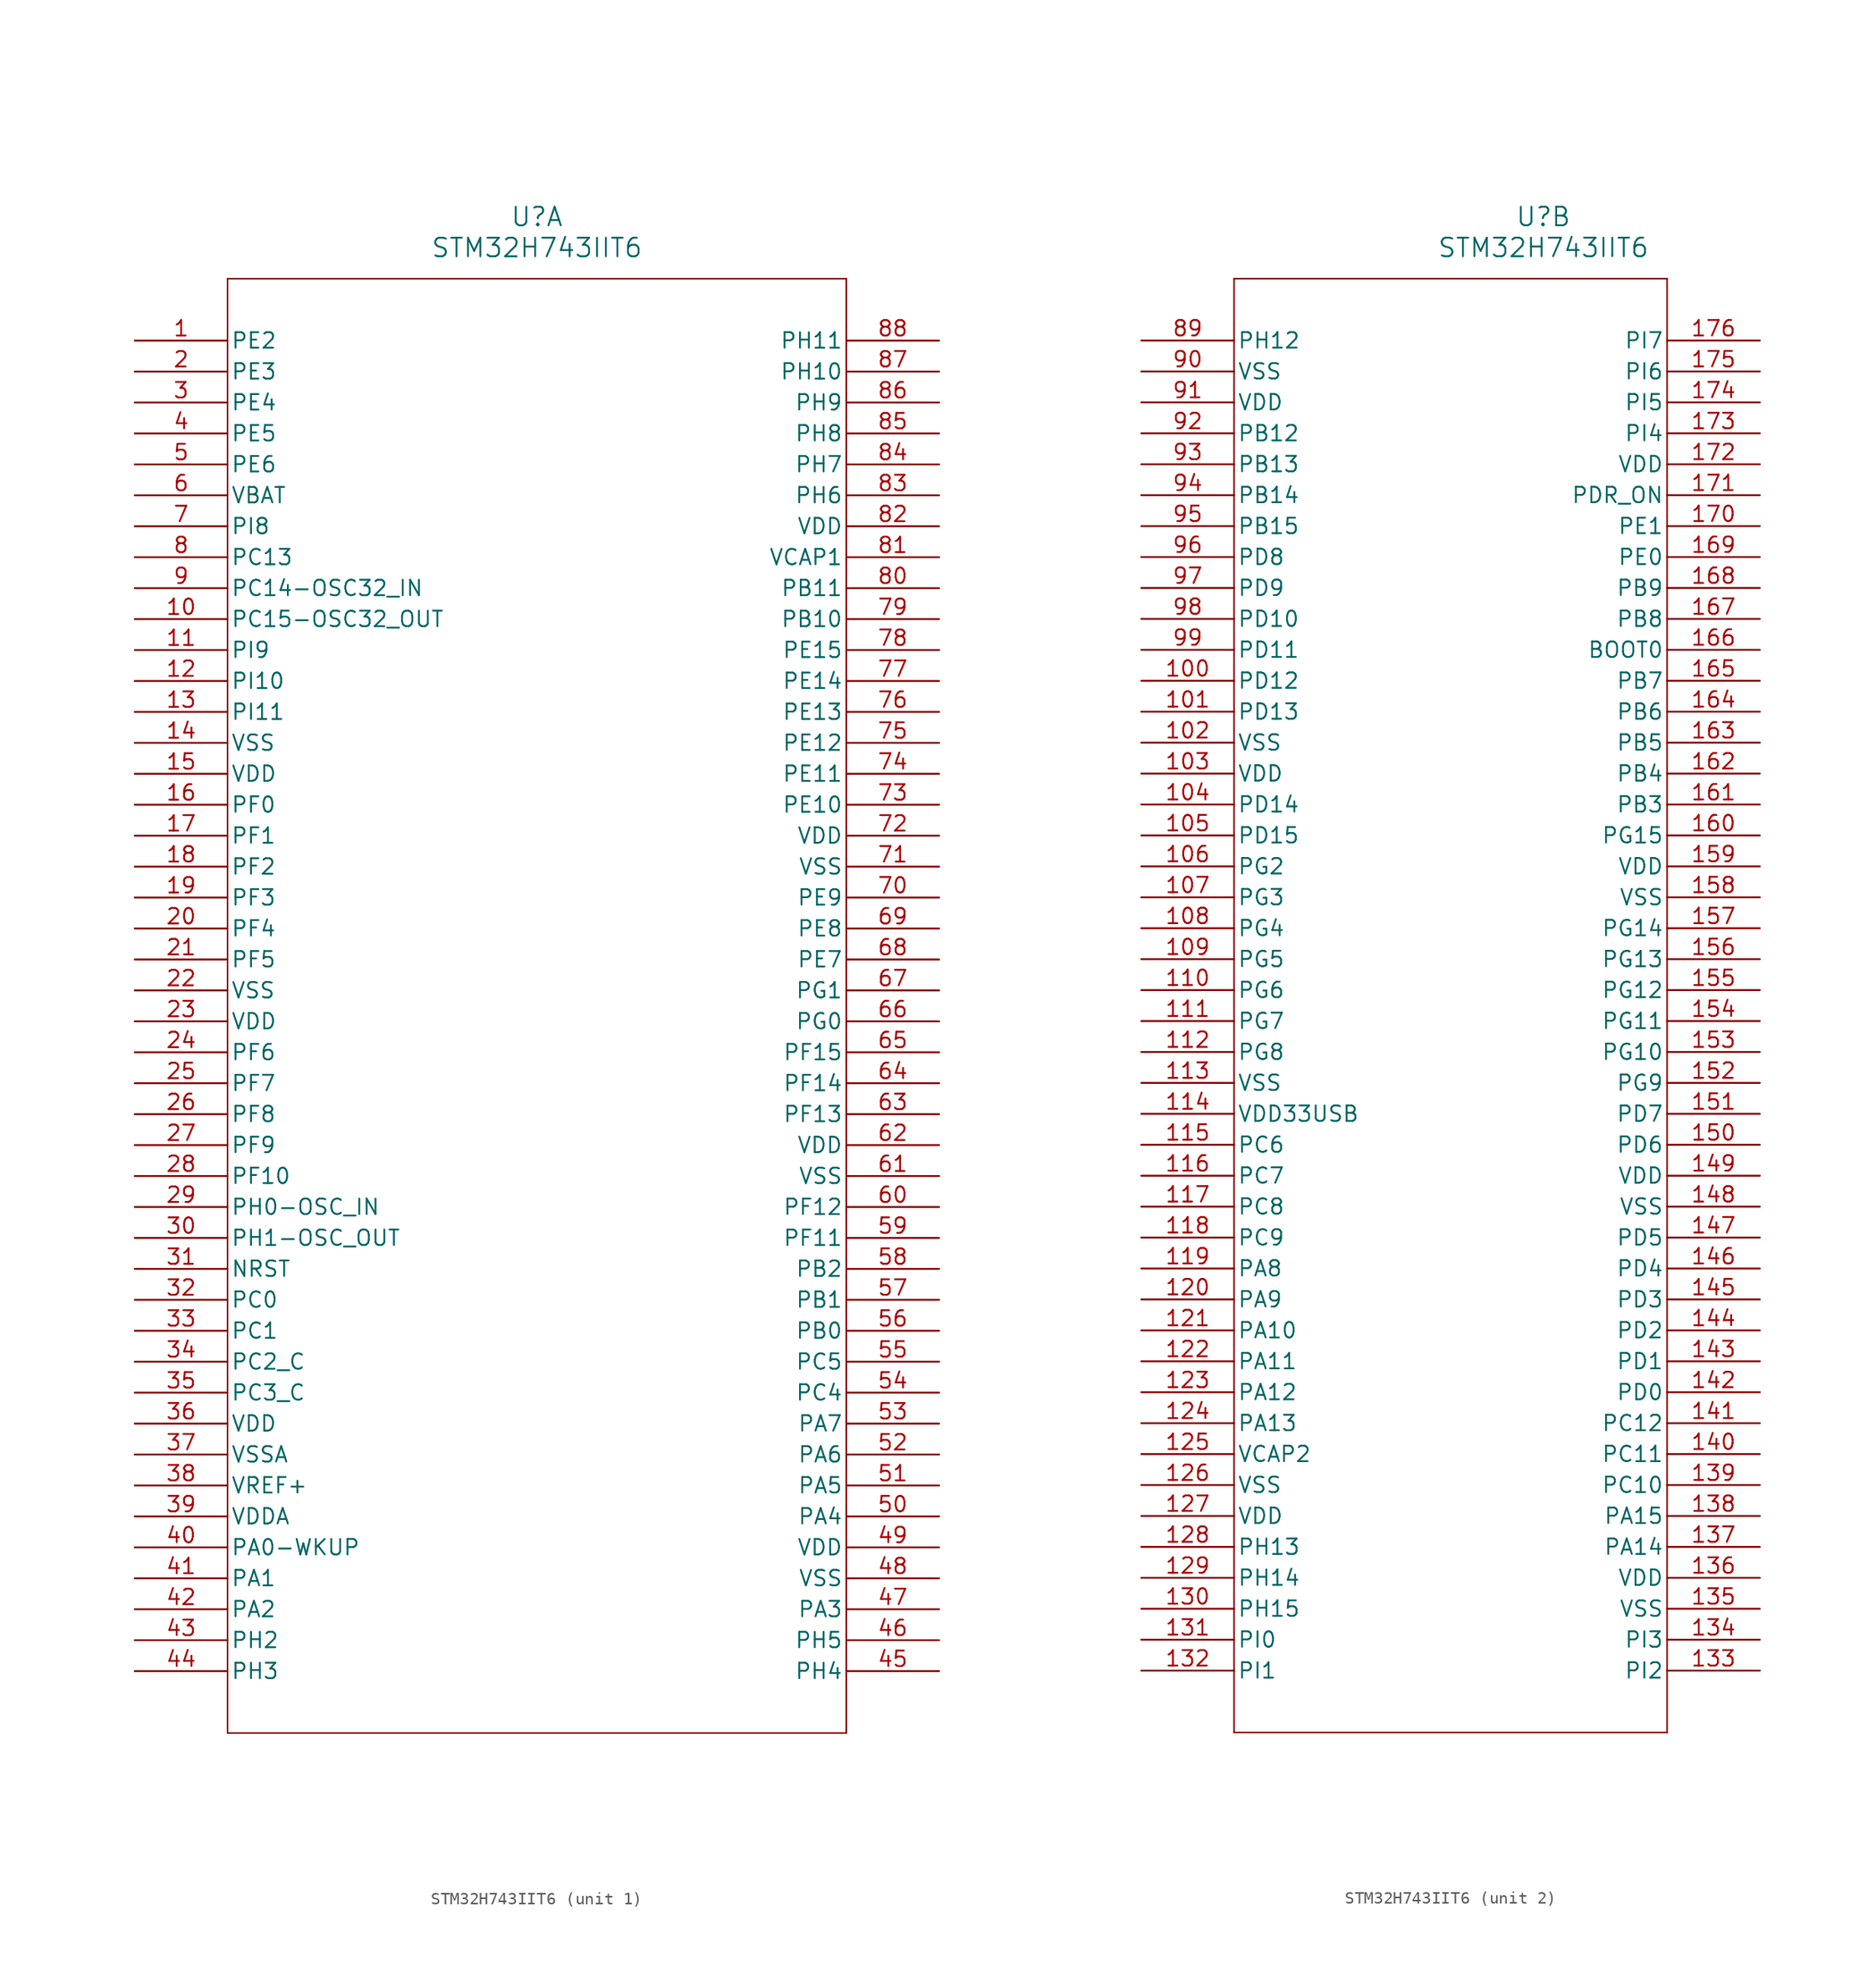
<source format=kicad_sym>
(kicad_symbol_lib
  (version 20211014)
  (generator kicad_symbol_editor)
  (symbol "STM32H743IIT6"
    (pin_names
      (offset 0.254))
    (property "Reference" "U"
      (at 33.02 10.16 0)
      (effects (font (size 1.524 1.524))))
    (property "Value" "STM32H743IIT6"
      (at 33.02 7.62 0)
      (effects (font (size 1.524 1.524))))
    (symbol "STM32H743IIT6_1_1"
      (polyline (pts (xy 7.62 5.08) (xy 7.62 -114.3)) (stroke (width 0.127) (type default) (color 0 0 0 0)) (fill (type none)))
      (polyline (pts (xy 7.62 -114.3) (xy 58.42 -114.3)) (stroke (width 0.127) (type default) (color 0 0 0 0)) (fill (type none)))
      (polyline (pts (xy 58.42 -114.3) (xy 58.42 5.08)) (stroke (width 0.127) (type default) (color 0 0 0 0)) (fill (type none)))
      (polyline (pts (xy 58.42 5.08) (xy 7.62 5.08)) (stroke (width 0.127) (type default) (color 0 0 0 0)) (fill (type none)))
      (pin bidirectional line (at 0 0 0) (length 7.62) (name "PE2" (effects (font (size 1.27 1.27)))) (number "1" (effects (font (size 1.27 1.27)))))
      (pin bidirectional line (at 0 -2.54 0) (length 7.62) (name "PE3" (effects (font (size 1.27 1.27)))) (number "2" (effects (font (size 1.27 1.27)))))
      (pin bidirectional line (at 0 -5.08 0) (length 7.62) (name "PE4" (effects (font (size 1.27 1.27)))) (number "3" (effects (font (size 1.27 1.27)))))
      (pin bidirectional line (at 0 -7.62 0) (length 7.62) (name "PE5" (effects (font (size 1.27 1.27)))) (number "4" (effects (font (size 1.27 1.27)))))
      (pin bidirectional line (at 0 -10.16 0) (length 7.62) (name "PE6" (effects (font (size 1.27 1.27)))) (number "5" (effects (font (size 1.27 1.27)))))
      (pin power_in line (at 0 -12.7 0) (length 7.62) (name "VBAT" (effects (font (size 1.27 1.27)))) (number "6" (effects (font (size 1.27 1.27)))))
      (pin bidirectional line (at 0 -15.24 0) (length 7.62) (name "PI8" (effects (font (size 1.27 1.27)))) (number "7" (effects (font (size 1.27 1.27)))))
      (pin bidirectional line (at 0 -17.78 0) (length 7.62) (name "PC13" (effects (font (size 1.27 1.27)))) (number "8" (effects (font (size 1.27 1.27)))))
      (pin bidirectional line (at 0 -20.32 0) (length 7.62) (name "PC14-OSC32_IN" (effects (font (size 1.27 1.27)))) (number "9" (effects (font (size 1.27 1.27)))))
      (pin bidirectional line (at 0 -22.86 0) (length 7.62) (name "PC15-OSC32_OUT" (effects (font (size 1.27 1.27)))) (number "10" (effects (font (size 1.27 1.27)))))
      (pin bidirectional line (at 0 -25.4 0) (length 7.62) (name "PI9" (effects (font (size 1.27 1.27)))) (number "11" (effects (font (size 1.27 1.27)))))
      (pin bidirectional line (at 0 -27.94 0) (length 7.62) (name "PI10" (effects (font (size 1.27 1.27)))) (number "12" (effects (font (size 1.27 1.27)))))
      (pin bidirectional line (at 0 -30.48 0) (length 7.62) (name "PI11" (effects (font (size 1.27 1.27)))) (number "13" (effects (font (size 1.27 1.27)))))
      (pin power_in line (at 0 -33.02 0) (length 7.62) (name "VSS" (effects (font (size 1.27 1.27)))) (number "14" (effects (font (size 1.27 1.27)))))
      (pin power_in line (at 0 -35.56 0) (length 7.62) (name "VDD" (effects (font (size 1.27 1.27)))) (number "15" (effects (font (size 1.27 1.27)))))
      (pin bidirectional line (at 0 -38.1 0) (length 7.62) (name "PF0" (effects (font (size 1.27 1.27)))) (number "16" (effects (font (size 1.27 1.27)))))
      (pin bidirectional line (at 0 -40.64 0) (length 7.62) (name "PF1" (effects (font (size 1.27 1.27)))) (number "17" (effects (font (size 1.27 1.27)))))
      (pin bidirectional line (at 0 -43.18 0) (length 7.62) (name "PF2" (effects (font (size 1.27 1.27)))) (number "18" (effects (font (size 1.27 1.27)))))
      (pin bidirectional line (at 0 -45.72 0) (length 7.62) (name "PF3" (effects (font (size 1.27 1.27)))) (number "19" (effects (font (size 1.27 1.27)))))
      (pin bidirectional line (at 0 -48.26 0) (length 7.62) (name "PF4" (effects (font (size 1.27 1.27)))) (number "20" (effects (font (size 1.27 1.27)))))
      (pin bidirectional line (at 0 -50.8 0) (length 7.62) (name "PF5" (effects (font (size 1.27 1.27)))) (number "21" (effects (font (size 1.27 1.27)))))
      (pin power_in line (at 0 -53.34 0) (length 7.62) (name "VSS" (effects (font (size 1.27 1.27)))) (number "22" (effects (font (size 1.27 1.27)))))
      (pin power_in line (at 0 -55.88 0) (length 7.62) (name "VDD" (effects (font (size 1.27 1.27)))) (number "23" (effects (font (size 1.27 1.27)))))
      (pin bidirectional line (at 0 -58.42 0) (length 7.62) (name "PF6" (effects (font (size 1.27 1.27)))) (number "24" (effects (font (size 1.27 1.27)))))
      (pin bidirectional line (at 0 -60.96 0) (length 7.62) (name "PF7" (effects (font (size 1.27 1.27)))) (number "25" (effects (font (size 1.27 1.27)))))
      (pin bidirectional line (at 0 -63.5 0) (length 7.62) (name "PF8" (effects (font (size 1.27 1.27)))) (number "26" (effects (font (size 1.27 1.27)))))
      (pin bidirectional line (at 0 -66.04 0) (length 7.62) (name "PF9" (effects (font (size 1.27 1.27)))) (number "27" (effects (font (size 1.27 1.27)))))
      (pin bidirectional line (at 0 -68.58 0) (length 7.62) (name "PF10" (effects (font (size 1.27 1.27)))) (number "28" (effects (font (size 1.27 1.27)))))
      (pin bidirectional line (at 0 -71.12 0) (length 7.62) (name "PH0-OSC_IN" (effects (font (size 1.27 1.27)))) (number "29" (effects (font (size 1.27 1.27)))))
      (pin bidirectional line (at 0 -73.66 0) (length 7.62) (name "PH1-OSC_OUT" (effects (font (size 1.27 1.27)))) (number "30" (effects (font (size 1.27 1.27)))))
      (pin bidirectional line (at 0 -76.2 0) (length 7.62) (name "NRST" (effects (font (size 1.27 1.27)))) (number "31" (effects (font (size 1.27 1.27)))))
      (pin bidirectional line (at 0 -78.74 0) (length 7.62) (name "PC0" (effects (font (size 1.27 1.27)))) (number "32" (effects (font (size 1.27 1.27)))))
      (pin bidirectional line (at 0 -81.28 0) (length 7.62) (name "PC1" (effects (font (size 1.27 1.27)))) (number "33" (effects (font (size 1.27 1.27)))))
      (pin bidirectional line (at 0 -83.82 0) (length 7.62) (name "PC2_C" (effects (font (size 1.27 1.27)))) (number "34" (effects (font (size 1.27 1.27)))))
      (pin bidirectional line (at 0 -86.36 0) (length 7.62) (name "PC3_C" (effects (font (size 1.27 1.27)))) (number "35" (effects (font (size 1.27 1.27)))))
      (pin power_in line (at 0 -88.9 0) (length 7.62) (name "VDD" (effects (font (size 1.27 1.27)))) (number "36" (effects (font (size 1.27 1.27)))))
      (pin power_in line (at 0 -91.44 0) (length 7.62) (name "VSSA" (effects (font (size 1.27 1.27)))) (number "37" (effects (font (size 1.27 1.27)))))
      (pin power_in line (at 0 -93.98 0) (length 7.62) (name "VREF+" (effects (font (size 1.27 1.27)))) (number "38" (effects (font (size 1.27 1.27)))))
      (pin power_in line (at 0 -96.52 0) (length 7.62) (name "VDDA" (effects (font (size 1.27 1.27)))) (number "39" (effects (font (size 1.27 1.27)))))
      (pin bidirectional line (at 0 -99.06 0) (length 7.62) (name "PA0-WKUP" (effects (font (size 1.27 1.27)))) (number "40" (effects (font (size 1.27 1.27)))))
      (pin bidirectional line (at 0 -101.6 0) (length 7.62) (name "PA1" (effects (font (size 1.27 1.27)))) (number "41" (effects (font (size 1.27 1.27)))))
      (pin bidirectional line (at 0 -104.14 0) (length 7.62) (name "PA2" (effects (font (size 1.27 1.27)))) (number "42" (effects (font (size 1.27 1.27)))))
      (pin bidirectional line (at 0 -106.68 0) (length 7.62) (name "PH2" (effects (font (size 1.27 1.27)))) (number "43" (effects (font (size 1.27 1.27)))))
      (pin bidirectional line (at 0 -109.22 0) (length 7.62) (name "PH3" (effects (font (size 1.27 1.27)))) (number "44" (effects (font (size 1.27 1.27)))))
      (pin bidirectional line (at 66.04 -109.22 180) (length 7.62) (name "PH4" (effects (font (size 1.27 1.27)))) (number "45" (effects (font (size 1.27 1.27)))))
      (pin bidirectional line (at 66.04 -106.68 180) (length 7.62) (name "PH5" (effects (font (size 1.27 1.27)))) (number "46" (effects (font (size 1.27 1.27)))))
      (pin bidirectional line (at 66.04 -104.14 180) (length 7.62) (name "PA3" (effects (font (size 1.27 1.27)))) (number "47" (effects (font (size 1.27 1.27)))))
      (pin power_in line (at 66.04 -101.6 180) (length 7.62) (name "VSS" (effects (font (size 1.27 1.27)))) (number "48" (effects (font (size 1.27 1.27)))))
      (pin power_in line (at 66.04 -99.06 180) (length 7.62) (name "VDD" (effects (font (size 1.27 1.27)))) (number "49" (effects (font (size 1.27 1.27)))))
      (pin bidirectional line (at 66.04 -96.52 180) (length 7.62) (name "PA4" (effects (font (size 1.27 1.27)))) (number "50" (effects (font (size 1.27 1.27)))))
      (pin bidirectional line (at 66.04 -93.98 180) (length 7.62) (name "PA5" (effects (font (size 1.27 1.27)))) (number "51" (effects (font (size 1.27 1.27)))))
      (pin bidirectional line (at 66.04 -91.44 180) (length 7.62) (name "PA6" (effects (font (size 1.27 1.27)))) (number "52" (effects (font (size 1.27 1.27)))))
      (pin bidirectional line (at 66.04 -88.9 180) (length 7.62) (name "PA7" (effects (font (size 1.27 1.27)))) (number "53" (effects (font (size 1.27 1.27)))))
      (pin bidirectional line (at 66.04 -86.36 180) (length 7.62) (name "PC4" (effects (font (size 1.27 1.27)))) (number "54" (effects (font (size 1.27 1.27)))))
      (pin bidirectional line (at 66.04 -83.82 180) (length 7.62) (name "PC5" (effects (font (size 1.27 1.27)))) (number "55" (effects (font (size 1.27 1.27)))))
      (pin bidirectional line (at 66.04 -81.28 180) (length 7.62) (name "PB0" (effects (font (size 1.27 1.27)))) (number "56" (effects (font (size 1.27 1.27)))))
      (pin bidirectional line (at 66.04 -78.74 180) (length 7.62) (name "PB1" (effects (font (size 1.27 1.27)))) (number "57" (effects (font (size 1.27 1.27)))))
      (pin bidirectional line (at 66.04 -76.2 180) (length 7.62) (name "PB2" (effects (font (size 1.27 1.27)))) (number "58" (effects (font (size 1.27 1.27)))))
      (pin bidirectional line (at 66.04 -73.66 180) (length 7.62) (name "PF11" (effects (font (size 1.27 1.27)))) (number "59" (effects (font (size 1.27 1.27)))))
      (pin bidirectional line (at 66.04 -71.12 180) (length 7.62) (name "PF12" (effects (font (size 1.27 1.27)))) (number "60" (effects (font (size 1.27 1.27)))))
      (pin power_in line (at 66.04 -68.58 180) (length 7.62) (name "VSS" (effects (font (size 1.27 1.27)))) (number "61" (effects (font (size 1.27 1.27)))))
      (pin power_in line (at 66.04 -66.04 180) (length 7.62) (name "VDD" (effects (font (size 1.27 1.27)))) (number "62" (effects (font (size 1.27 1.27)))))
      (pin bidirectional line (at 66.04 -63.5 180) (length 7.62) (name "PF13" (effects (font (size 1.27 1.27)))) (number "63" (effects (font (size 1.27 1.27)))))
      (pin bidirectional line (at 66.04 -60.96 180) (length 7.62) (name "PF14" (effects (font (size 1.27 1.27)))) (number "64" (effects (font (size 1.27 1.27)))))
      (pin bidirectional line (at 66.04 -58.42 180) (length 7.62) (name "PF15" (effects (font (size 1.27 1.27)))) (number "65" (effects (font (size 1.27 1.27)))))
      (pin bidirectional line (at 66.04 -55.88 180) (length 7.62) (name "PG0" (effects (font (size 1.27 1.27)))) (number "66" (effects (font (size 1.27 1.27)))))
      (pin bidirectional line (at 66.04 -53.34 180) (length 7.62) (name "PG1" (effects (font (size 1.27 1.27)))) (number "67" (effects (font (size 1.27 1.27)))))
      (pin bidirectional line (at 66.04 -50.8 180) (length 7.62) (name "PE7" (effects (font (size 1.27 1.27)))) (number "68" (effects (font (size 1.27 1.27)))))
      (pin bidirectional line (at 66.04 -48.26 180) (length 7.62) (name "PE8" (effects (font (size 1.27 1.27)))) (number "69" (effects (font (size 1.27 1.27)))))
      (pin bidirectional line (at 66.04 -45.72 180) (length 7.62) (name "PE9" (effects (font (size 1.27 1.27)))) (number "70" (effects (font (size 1.27 1.27)))))
      (pin power_in line (at 66.04 -43.18 180) (length 7.62) (name "VSS" (effects (font (size 1.27 1.27)))) (number "71" (effects (font (size 1.27 1.27)))))
      (pin power_in line (at 66.04 -40.64 180) (length 7.62) (name "VDD" (effects (font (size 1.27 1.27)))) (number "72" (effects (font (size 1.27 1.27)))))
      (pin bidirectional line (at 66.04 -38.1 180) (length 7.62) (name "PE10" (effects (font (size 1.27 1.27)))) (number "73" (effects (font (size 1.27 1.27)))))
      (pin bidirectional line (at 66.04 -35.56 180) (length 7.62) (name "PE11" (effects (font (size 1.27 1.27)))) (number "74" (effects (font (size 1.27 1.27)))))
      (pin bidirectional line (at 66.04 -33.02 180) (length 7.62) (name "PE12" (effects (font (size 1.27 1.27)))) (number "75" (effects (font (size 1.27 1.27)))))
      (pin bidirectional line (at 66.04 -30.48 180) (length 7.62) (name "PE13" (effects (font (size 1.27 1.27)))) (number "76" (effects (font (size 1.27 1.27)))))
      (pin bidirectional line (at 66.04 -27.94 180) (length 7.62) (name "PE14" (effects (font (size 1.27 1.27)))) (number "77" (effects (font (size 1.27 1.27)))))
      (pin bidirectional line (at 66.04 -25.4 180) (length 7.62) (name "PE15" (effects (font (size 1.27 1.27)))) (number "78" (effects (font (size 1.27 1.27)))))
      (pin bidirectional line (at 66.04 -22.86 180) (length 7.62) (name "PB10" (effects (font (size 1.27 1.27)))) (number "79" (effects (font (size 1.27 1.27)))))
      (pin bidirectional line (at 66.04 -20.32 180) (length 7.62) (name "PB11" (effects (font (size 1.27 1.27)))) (number "80" (effects (font (size 1.27 1.27)))))
      (pin power_in line (at 66.04 -17.78 180) (length 7.62) (name "VCAP1" (effects (font (size 1.27 1.27)))) (number "81" (effects (font (size 1.27 1.27)))))
      (pin power_in line (at 66.04 -15.24 180) (length 7.62) (name "VDD" (effects (font (size 1.27 1.27)))) (number "82" (effects (font (size 1.27 1.27)))))
      (pin bidirectional line (at 66.04 -12.7 180) (length 7.62) (name "PH6" (effects (font (size 1.27 1.27)))) (number "83" (effects (font (size 1.27 1.27)))))
      (pin bidirectional line (at 66.04 -10.16 180) (length 7.62) (name "PH7" (effects (font (size 1.27 1.27)))) (number "84" (effects (font (size 1.27 1.27)))))
      (pin bidirectional line (at 66.04 -7.62 180) (length 7.62) (name "PH8" (effects (font (size 1.27 1.27)))) (number "85" (effects (font (size 1.27 1.27)))))
      (pin bidirectional line (at 66.04 -5.08 180) (length 7.62) (name "PH9" (effects (font (size 1.27 1.27)))) (number "86" (effects (font (size 1.27 1.27)))))
      (pin bidirectional line (at 66.04 -2.54 180) (length 7.62) (name "PH10" (effects (font (size 1.27 1.27)))) (number "87" (effects (font (size 1.27 1.27)))))
      (pin bidirectional line (at 66.04 0 180) (length 7.62) (name "PH11" (effects (font (size 1.27 1.27)))) (number "88" (effects (font (size 1.27 1.27))))))
    (symbol "STM32H743IIT6_2_1"
      (polyline (pts (xy 7.62 5.08) (xy 7.62 -114.3)) (stroke (width 0.127) (type default) (color 0 0 0 0)) (fill (type none)))
      (polyline (pts (xy 7.62 -114.3) (xy 43.18 -114.3)) (stroke (width 0.127) (type default) (color 0 0 0 0)) (fill (type none)))
      (polyline (pts (xy 43.18 -114.3) (xy 43.18 5.08)) (stroke (width 0.127) (type default) (color 0 0 0 0)) (fill (type none)))
      (polyline (pts (xy 43.18 5.08) (xy 7.62 5.08)) (stroke (width 0.127) (type default) (color 0 0 0 0)) (fill (type none)))
      (pin bidirectional line (at 0 0 0) (length 7.62) (name "PH12" (effects (font (size 1.27 1.27)))) (number "89" (effects (font (size 1.27 1.27)))))
      (pin power_in line (at 0 -2.54 0) (length 7.62) (name "VSS" (effects (font (size 1.27 1.27)))) (number "90" (effects (font (size 1.27 1.27)))))
      (pin power_in line (at 0 -5.08 0) (length 7.62) (name "VDD" (effects (font (size 1.27 1.27)))) (number "91" (effects (font (size 1.27 1.27)))))
      (pin bidirectional line (at 0 -7.62 0) (length 7.62) (name "PB12" (effects (font (size 1.27 1.27)))) (number "92" (effects (font (size 1.27 1.27)))))
      (pin bidirectional line (at 0 -10.16 0) (length 7.62) (name "PB13" (effects (font (size 1.27 1.27)))) (number "93" (effects (font (size 1.27 1.27)))))
      (pin bidirectional line (at 0 -12.7 0) (length 7.62) (name "PB14" (effects (font (size 1.27 1.27)))) (number "94" (effects (font (size 1.27 1.27)))))
      (pin bidirectional line (at 0 -15.24 0) (length 7.62) (name "PB15" (effects (font (size 1.27 1.27)))) (number "95" (effects (font (size 1.27 1.27)))))
      (pin bidirectional line (at 0 -17.78 0) (length 7.62) (name "PD8" (effects (font (size 1.27 1.27)))) (number "96" (effects (font (size 1.27 1.27)))))
      (pin bidirectional line (at 0 -20.32 0) (length 7.62) (name "PD9" (effects (font (size 1.27 1.27)))) (number "97" (effects (font (size 1.27 1.27)))))
      (pin bidirectional line (at 0 -22.86 0) (length 7.62) (name "PD10" (effects (font (size 1.27 1.27)))) (number "98" (effects (font (size 1.27 1.27)))))
      (pin bidirectional line (at 0 -25.4 0) (length 7.62) (name "PD11" (effects (font (size 1.27 1.27)))) (number "99" (effects (font (size 1.27 1.27)))))
      (pin bidirectional line (at 0 -27.94 0) (length 7.62) (name "PD12" (effects (font (size 1.27 1.27)))) (number "100" (effects (font (size 1.27 1.27)))))
      (pin bidirectional line (at 0 -30.48 0) (length 7.62) (name "PD13" (effects (font (size 1.27 1.27)))) (number "101" (effects (font (size 1.27 1.27)))))
      (pin power_in line (at 0 -33.02 0) (length 7.62) (name "VSS" (effects (font (size 1.27 1.27)))) (number "102" (effects (font (size 1.27 1.27)))))
      (pin power_in line (at 0 -35.56 0) (length 7.62) (name "VDD" (effects (font (size 1.27 1.27)))) (number "103" (effects (font (size 1.27 1.27)))))
      (pin bidirectional line (at 0 -38.1 0) (length 7.62) (name "PD14" (effects (font (size 1.27 1.27)))) (number "104" (effects (font (size 1.27 1.27)))))
      (pin bidirectional line (at 0 -40.64 0) (length 7.62) (name "PD15" (effects (font (size 1.27 1.27)))) (number "105" (effects (font (size 1.27 1.27)))))
      (pin bidirectional line (at 0 -43.18 0) (length 7.62) (name "PG2" (effects (font (size 1.27 1.27)))) (number "106" (effects (font (size 1.27 1.27)))))
      (pin bidirectional line (at 0 -45.72 0) (length 7.62) (name "PG3" (effects (font (size 1.27 1.27)))) (number "107" (effects (font (size 1.27 1.27)))))
      (pin bidirectional line (at 0 -48.26 0) (length 7.62) (name "PG4" (effects (font (size 1.27 1.27)))) (number "108" (effects (font (size 1.27 1.27)))))
      (pin bidirectional line (at 0 -50.8 0) (length 7.62) (name "PG5" (effects (font (size 1.27 1.27)))) (number "109" (effects (font (size 1.27 1.27)))))
      (pin bidirectional line (at 0 -53.34 0) (length 7.62) (name "PG6" (effects (font (size 1.27 1.27)))) (number "110" (effects (font (size 1.27 1.27)))))
      (pin bidirectional line (at 0 -55.88 0) (length 7.62) (name "PG7" (effects (font (size 1.27 1.27)))) (number "111" (effects (font (size 1.27 1.27)))))
      (pin bidirectional line (at 0 -58.42 0) (length 7.62) (name "PG8" (effects (font (size 1.27 1.27)))) (number "112" (effects (font (size 1.27 1.27)))))
      (pin power_in line (at 0 -60.96 0) (length 7.62) (name "VSS" (effects (font (size 1.27 1.27)))) (number "113" (effects (font (size 1.27 1.27)))))
      (pin power_in line (at 0 -63.5 0) (length 7.62) (name "VDD33USB" (effects (font (size 1.27 1.27)))) (number "114" (effects (font (size 1.27 1.27)))))
      (pin bidirectional line (at 0 -66.04 0) (length 7.62) (name "PC6" (effects (font (size 1.27 1.27)))) (number "115" (effects (font (size 1.27 1.27)))))
      (pin bidirectional line (at 0 -68.58 0) (length 7.62) (name "PC7" (effects (font (size 1.27 1.27)))) (number "116" (effects (font (size 1.27 1.27)))))
      (pin bidirectional line (at 0 -71.12 0) (length 7.62) (name "PC8" (effects (font (size 1.27 1.27)))) (number "117" (effects (font (size 1.27 1.27)))))
      (pin bidirectional line (at 0 -73.66 0) (length 7.62) (name "PC9" (effects (font (size 1.27 1.27)))) (number "118" (effects (font (size 1.27 1.27)))))
      (pin bidirectional line (at 0 -76.2 0) (length 7.62) (name "PA8" (effects (font (size 1.27 1.27)))) (number "119" (effects (font (size 1.27 1.27)))))
      (pin bidirectional line (at 0 -78.74 0) (length 7.62) (name "PA9" (effects (font (size 1.27 1.27)))) (number "120" (effects (font (size 1.27 1.27)))))
      (pin bidirectional line (at 0 -81.28 0) (length 7.62) (name "PA10" (effects (font (size 1.27 1.27)))) (number "121" (effects (font (size 1.27 1.27)))))
      (pin bidirectional line (at 0 -83.82 0) (length 7.62) (name "PA11" (effects (font (size 1.27 1.27)))) (number "122" (effects (font (size 1.27 1.27)))))
      (pin bidirectional line (at 0 -86.36 0) (length 7.62) (name "PA12" (effects (font (size 1.27 1.27)))) (number "123" (effects (font (size 1.27 1.27)))))
      (pin bidirectional line (at 0 -88.9 0) (length 7.62) (name "PA13" (effects (font (size 1.27 1.27)))) (number "124" (effects (font (size 1.27 1.27)))))
      (pin power_in line (at 0 -91.44 0) (length 7.62) (name "VCAP2" (effects (font (size 1.27 1.27)))) (number "125" (effects (font (size 1.27 1.27)))))
      (pin power_in line (at 0 -93.98 0) (length 7.62) (name "VSS" (effects (font (size 1.27 1.27)))) (number "126" (effects (font (size 1.27 1.27)))))
      (pin power_in line (at 0 -96.52 0) (length 7.62) (name "VDD" (effects (font (size 1.27 1.27)))) (number "127" (effects (font (size 1.27 1.27)))))
      (pin bidirectional line (at 0 -99.06 0) (length 7.62) (name "PH13" (effects (font (size 1.27 1.27)))) (number "128" (effects (font (size 1.27 1.27)))))
      (pin bidirectional line (at 0 -101.6 0) (length 7.62) (name "PH14" (effects (font (size 1.27 1.27)))) (number "129" (effects (font (size 1.27 1.27)))))
      (pin bidirectional line (at 0 -104.14 0) (length 7.62) (name "PH15" (effects (font (size 1.27 1.27)))) (number "130" (effects (font (size 1.27 1.27)))))
      (pin bidirectional line (at 0 -106.68 0) (length 7.62) (name "PI0" (effects (font (size 1.27 1.27)))) (number "131" (effects (font (size 1.27 1.27)))))
      (pin bidirectional line (at 0 -109.22 0) (length 7.62) (name "PI1" (effects (font (size 1.27 1.27)))) (number "132" (effects (font (size 1.27 1.27)))))
      (pin bidirectional line (at 50.8 -109.22 180) (length 7.62) (name "PI2" (effects (font (size 1.27 1.27)))) (number "133" (effects (font (size 1.27 1.27)))))
      (pin bidirectional line (at 50.8 -106.68 180) (length 7.62) (name "PI3" (effects (font (size 1.27 1.27)))) (number "134" (effects (font (size 1.27 1.27)))))
      (pin power_in line (at 50.8 -104.14 180) (length 7.62) (name "VSS" (effects (font (size 1.27 1.27)))) (number "135" (effects (font (size 1.27 1.27)))))
      (pin power_in line (at 50.8 -101.6 180) (length 7.62) (name "VDD" (effects (font (size 1.27 1.27)))) (number "136" (effects (font (size 1.27 1.27)))))
      (pin bidirectional line (at 50.8 -99.06 180) (length 7.62) (name "PA14" (effects (font (size 1.27 1.27)))) (number "137" (effects (font (size 1.27 1.27)))))
      (pin bidirectional line (at 50.8 -96.52 180) (length 7.62) (name "PA15" (effects (font (size 1.27 1.27)))) (number "138" (effects (font (size 1.27 1.27)))))
      (pin bidirectional line (at 50.8 -93.98 180) (length 7.62) (name "PC10" (effects (font (size 1.27 1.27)))) (number "139" (effects (font (size 1.27 1.27)))))
      (pin bidirectional line (at 50.8 -91.44 180) (length 7.62) (name "PC11" (effects (font (size 1.27 1.27)))) (number "140" (effects (font (size 1.27 1.27)))))
      (pin bidirectional line (at 50.8 -88.9 180) (length 7.62) (name "PC12" (effects (font (size 1.27 1.27)))) (number "141" (effects (font (size 1.27 1.27)))))
      (pin bidirectional line (at 50.8 -86.36 180) (length 7.62) (name "PD0" (effects (font (size 1.27 1.27)))) (number "142" (effects (font (size 1.27 1.27)))))
      (pin bidirectional line (at 50.8 -83.82 180) (length 7.62) (name "PD1" (effects (font (size 1.27 1.27)))) (number "143" (effects (font (size 1.27 1.27)))))
      (pin bidirectional line (at 50.8 -81.28 180) (length 7.62) (name "PD2" (effects (font (size 1.27 1.27)))) (number "144" (effects (font (size 1.27 1.27)))))
      (pin bidirectional line (at 50.8 -78.74 180) (length 7.62) (name "PD3" (effects (font (size 1.27 1.27)))) (number "145" (effects (font (size 1.27 1.27)))))
      (pin bidirectional line (at 50.8 -76.2 180) (length 7.62) (name "PD4" (effects (font (size 1.27 1.27)))) (number "146" (effects (font (size 1.27 1.27)))))
      (pin bidirectional line (at 50.8 -73.66 180) (length 7.62) (name "PD5" (effects (font (size 1.27 1.27)))) (number "147" (effects (font (size 1.27 1.27)))))
      (pin power_in line (at 50.8 -71.12 180) (length 7.62) (name "VSS" (effects (font (size 1.27 1.27)))) (number "148" (effects (font (size 1.27 1.27)))))
      (pin power_in line (at 50.8 -68.58 180) (length 7.62) (name "VDD" (effects (font (size 1.27 1.27)))) (number "149" (effects (font (size 1.27 1.27)))))
      (pin bidirectional line (at 50.8 -66.04 180) (length 7.62) (name "PD6" (effects (font (size 1.27 1.27)))) (number "150" (effects (font (size 1.27 1.27)))))
      (pin bidirectional line (at 50.8 -63.5 180) (length 7.62) (name "PD7" (effects (font (size 1.27 1.27)))) (number "151" (effects (font (size 1.27 1.27)))))
      (pin bidirectional line (at 50.8 -60.96 180) (length 7.62) (name "PG9" (effects (font (size 1.27 1.27)))) (number "152" (effects (font (size 1.27 1.27)))))
      (pin bidirectional line (at 50.8 -58.42 180) (length 7.62) (name "PG10" (effects (font (size 1.27 1.27)))) (number "153" (effects (font (size 1.27 1.27)))))
      (pin bidirectional line (at 50.8 -55.88 180) (length 7.62) (name "PG11" (effects (font (size 1.27 1.27)))) (number "154" (effects (font (size 1.27 1.27)))))
      (pin bidirectional line (at 50.8 -53.34 180) (length 7.62) (name "PG12" (effects (font (size 1.27 1.27)))) (number "155" (effects (font (size 1.27 1.27)))))
      (pin bidirectional line (at 50.8 -50.8 180) (length 7.62) (name "PG13" (effects (font (size 1.27 1.27)))) (number "156" (effects (font (size 1.27 1.27)))))
      (pin bidirectional line (at 50.8 -48.26 180) (length 7.62) (name "PG14" (effects (font (size 1.27 1.27)))) (number "157" (effects (font (size 1.27 1.27)))))
      (pin power_in line (at 50.8 -45.72 180) (length 7.62) (name "VSS" (effects (font (size 1.27 1.27)))) (number "158" (effects (font (size 1.27 1.27)))))
      (pin power_in line (at 50.8 -43.18 180) (length 7.62) (name "VDD" (effects (font (size 1.27 1.27)))) (number "159" (effects (font (size 1.27 1.27)))))
      (pin bidirectional line (at 50.8 -40.64 180) (length 7.62) (name "PG15" (effects (font (size 1.27 1.27)))) (number "160" (effects (font (size 1.27 1.27)))))
      (pin bidirectional line (at 50.8 -38.1 180) (length 7.62) (name "PB3" (effects (font (size 1.27 1.27)))) (number "161" (effects (font (size 1.27 1.27)))))
      (pin bidirectional line (at 50.8 -35.56 180) (length 7.62) (name "PB4" (effects (font (size 1.27 1.27)))) (number "162" (effects (font (size 1.27 1.27)))))
      (pin bidirectional line (at 50.8 -33.02 180) (length 7.62) (name "PB5" (effects (font (size 1.27 1.27)))) (number "163" (effects (font (size 1.27 1.27)))))
      (pin bidirectional line (at 50.8 -30.48 180) (length 7.62) (name "PB6" (effects (font (size 1.27 1.27)))) (number "164" (effects (font (size 1.27 1.27)))))
      (pin bidirectional line (at 50.8 -27.94 180) (length 7.62) (name "PB7" (effects (font (size 1.27 1.27)))) (number "165" (effects (font (size 1.27 1.27)))))
      (pin input line (at 50.8 -25.4 180) (length 7.62) (name "BOOT0" (effects (font (size 1.27 1.27)))) (number "166" (effects (font (size 1.27 1.27)))))
      (pin bidirectional line (at 50.8 -22.86 180) (length 7.62) (name "PB8" (effects (font (size 1.27 1.27)))) (number "167" (effects (font (size 1.27 1.27)))))
      (pin bidirectional line (at 50.8 -20.32 180) (length 7.62) (name "PB9" (effects (font (size 1.27 1.27)))) (number "168" (effects (font (size 1.27 1.27)))))
      (pin bidirectional line (at 50.8 -17.78 180) (length 7.62) (name "PE0" (effects (font (size 1.27 1.27)))) (number "169" (effects (font (size 1.27 1.27)))))
      (pin bidirectional line (at 50.8 -15.24 180) (length 7.62) (name "PE1" (effects (font (size 1.27 1.27)))) (number "170" (effects (font (size 1.27 1.27)))))
      (pin unspecified line (at 50.8 -12.7 180) (length 7.62) (name "PDR_ON" (effects (font (size 1.27 1.27)))) (number "171" (effects (font (size 1.27 1.27)))))
      (pin power_in line (at 50.8 -10.16 180) (length 7.62) (name "VDD" (effects (font (size 1.27 1.27)))) (number "172" (effects (font (size 1.27 1.27)))))
      (pin bidirectional line (at 50.8 -7.62 180) (length 7.62) (name "PI4" (effects (font (size 1.27 1.27)))) (number "173" (effects (font (size 1.27 1.27)))))
      (pin bidirectional line (at 50.8 -5.08 180) (length 7.62) (name "PI5" (effects (font (size 1.27 1.27)))) (number "174" (effects (font (size 1.27 1.27)))))
      (pin bidirectional line (at 50.8 -2.54 180) (length 7.62) (name "PI6" (effects (font (size 1.27 1.27)))) (number "175" (effects (font (size 1.27 1.27)))))
      (pin bidirectional line (at 50.8 0 180) (length 7.62) (name "PI7" (effects (font (size 1.27 1.27)))) (number "176" (effects (font (size 1.27 1.27))))))))
</source>
